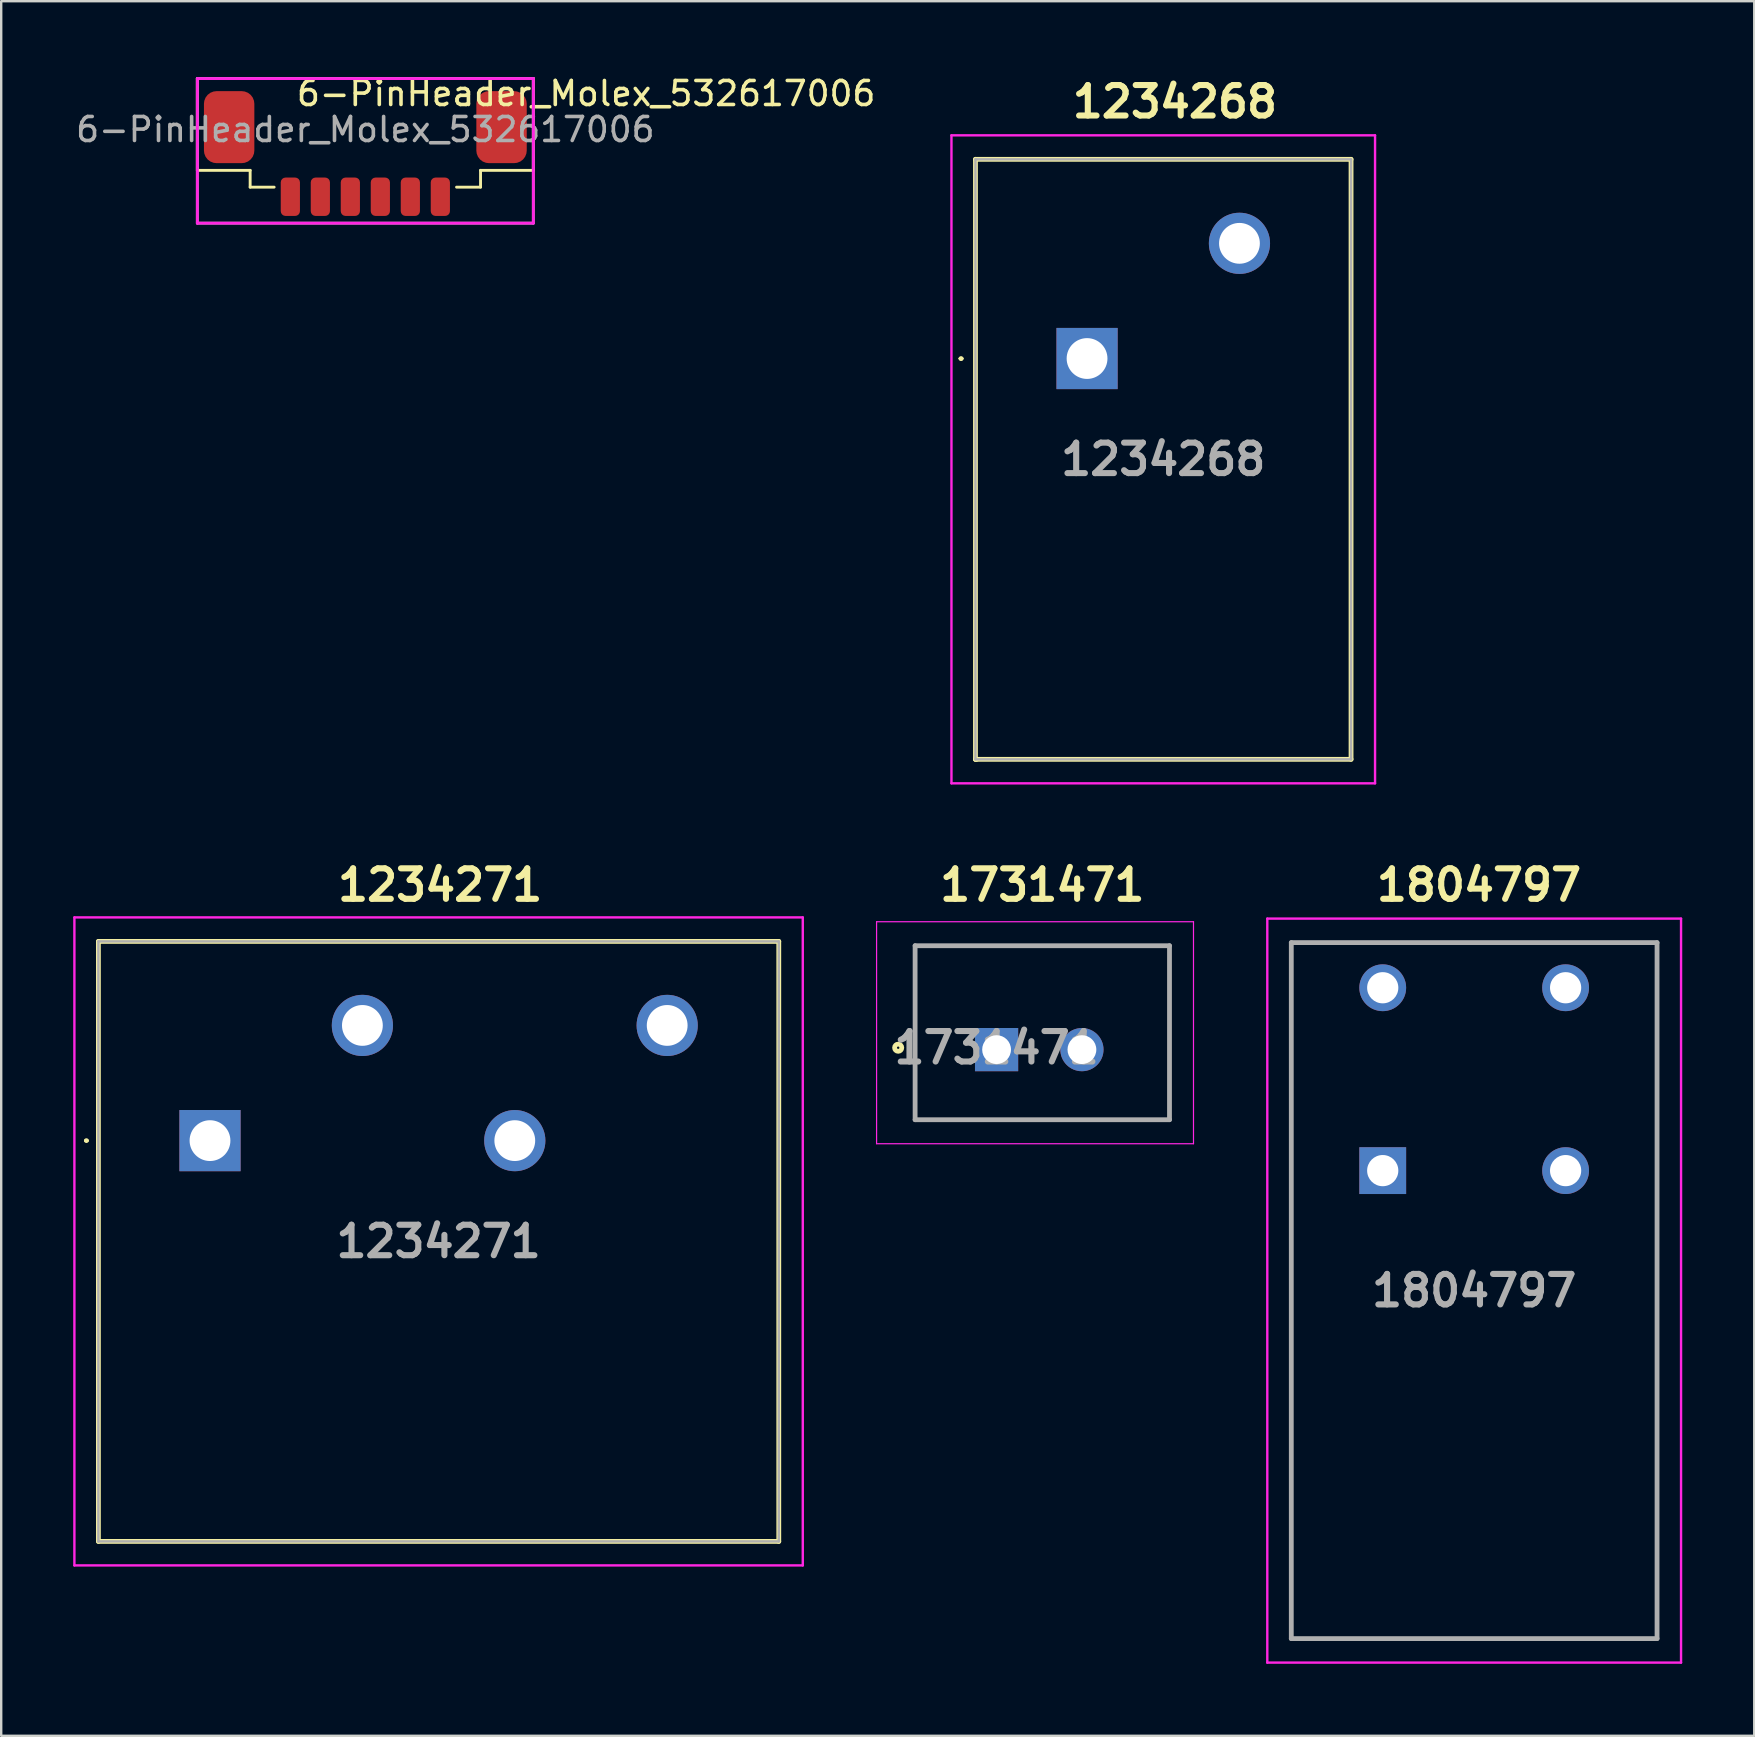
<source format=kicad_pcb>
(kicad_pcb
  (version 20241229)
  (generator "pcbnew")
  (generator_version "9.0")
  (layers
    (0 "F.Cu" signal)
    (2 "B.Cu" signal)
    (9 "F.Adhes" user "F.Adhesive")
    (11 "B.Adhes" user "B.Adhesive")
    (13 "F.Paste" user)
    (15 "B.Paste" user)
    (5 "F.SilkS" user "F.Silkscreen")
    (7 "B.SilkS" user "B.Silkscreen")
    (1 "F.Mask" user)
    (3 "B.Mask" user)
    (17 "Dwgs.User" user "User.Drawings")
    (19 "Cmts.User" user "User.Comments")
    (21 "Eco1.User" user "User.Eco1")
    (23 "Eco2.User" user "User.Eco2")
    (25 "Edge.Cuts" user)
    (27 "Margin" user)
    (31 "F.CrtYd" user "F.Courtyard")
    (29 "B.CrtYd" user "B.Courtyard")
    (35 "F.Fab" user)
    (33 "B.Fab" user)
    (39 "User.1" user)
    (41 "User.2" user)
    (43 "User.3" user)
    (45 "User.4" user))
  (footprint "6-PinHeader_Molex_532617006"
    (layer "F.Cu")
    (at 12.173 5.148)
    (property "Reference" "6-PinHeader_Molex_532617006" (at 9.2 -4.3 0) (layer "F.SilkS") (effects (font (size 1 1) (thickness 0.15))))
    (attr smd)
    (fp_line (start -7 -4.925) (end -7 -1.1) (stroke (width 0.12) (type solid)) (layer "F.SilkS"))
    (fp_line (start -7 -4.925) (end 7 -4.925) (stroke (width 0.12) (type solid)) (layer "F.SilkS"))
    (fp_line (start -7 -1.1) (end -4.8 -1.1) (stroke (width 0.12) (type solid)) (layer "F.SilkS"))
    (fp_line (start -4.8 -1.1) (end -4.8 -0.4) (stroke (width 0.12) (type solid)) (layer "F.SilkS"))
    (fp_line (start -4.8 -0.4) (end -3.8 -0.4) (stroke (width 0.12) (type solid)) (layer "F.SilkS"))
    (fp_line (start 3.8 -0.4) (end 4.8 -0.4) (stroke (width 0.12) (type solid)) (layer "F.SilkS"))
    (fp_line (start 4.8 -0.4) (end 4.8 -1.1) (stroke (width 0.12) (type solid)) (layer "F.SilkS"))
    (fp_line (start 7 -4.925) (end 7 -1.1) (stroke (width 0.12) (type solid)) (layer "F.SilkS"))
    (fp_line (start 7 -1.1) (end 4.8 -1.1) (stroke (width 0.12) (type solid)) (layer "F.SilkS"))
    (fp_line (start -7 -4.925) (end 7 -4.925) (stroke (width 0.12) (type solid)) (layer "F.CrtYd"))
    (fp_line (start -7 1.1) (end -7 -4.925) (stroke (width 0.12) (type solid)) (layer "F.CrtYd"))
    (fp_line (start 7 -4.925) (end 7 1.1) (stroke (width 0.12) (type solid)) (layer "F.CrtYd"))
    (fp_line (start 7 1.1) (end -7 1.1) (stroke (width 0.12) (type solid)) (layer "F.CrtYd"))
    (fp_line (start -7 -4.925) (end 7 -4.925) (stroke (width 0.12) (type solid)) (layer "F.Fab"))
    (fp_line (start -7 1.1) (end -7 -4.925) (stroke (width 0.12) (type solid)) (layer "F.Fab"))
    (fp_line (start 7 -4.925) (end 7 1.1) (stroke (width 0.12) (type solid)) (layer "F.Fab"))
    (fp_line (start 7 1.1) (end -7 1.1) (stroke (width 0.12) (type solid)) (layer "F.Fab"))
    (fp_text user "${REFERENCE}" (at 0 -2.8 0) (layer "F.Fab") (effects (font (size 1 1) (thickness 0.15))))
    (pad "" smd roundrect (at -5.675 -2.9) (size 2.1 3) (layers "F.Cu" "F.Mask" "F.Paste") (roundrect_rratio 0.25))
    (pad "" smd roundrect (at 5.675 -2.9) (size 2.1 3) (layers "F.Cu" "F.Mask" "F.Paste") (roundrect_rratio 0.25))
    (pad "1" smd roundrect (at 3.125 0) (size 0.8 1.6) (layers "F.Cu" "F.Mask" "F.Paste") (roundrect_rratio 0.25))
    (pad "2" smd roundrect (at 1.875 0) (size 0.8 1.6) (layers "F.Cu" "F.Mask" "F.Paste") (roundrect_rratio 0.25))
    (pad "3" smd roundrect (at 0.625 0) (size 0.8 1.6) (layers "F.Cu" "F.Mask" "F.Paste") (roundrect_rratio 0.25))
    (pad "4" smd roundrect (at -0.625 0) (size 0.8 1.6) (layers "F.Cu" "F.Mask" "F.Paste") (roundrect_rratio 0.25))
    (pad "5" smd roundrect (at -1.875 0) (size 0.8 1.6) (layers "F.Cu" "F.Mask" "F.Paste") (roundrect_rratio 0.25))
    (pad "6" smd roundrect (at -3.125 0) (size 0.8 1.6) (layers "F.Cu" "F.Mask" "F.Paste") (roundrect_rratio 0.25)))
  (footprint "1234268"
    (layer "F.Cu")
    (at 45.875 15.819)
    (property "Reference" "1234268" (at 0.03 -14.63 0) (layer "F.SilkS") (effects (font (size 1.27 1.27) (thickness 0.254))))
    (attr through_hole)
    (fp_line (start -8.93 -3.93) (end -8.93 -3.93) (stroke (width 0.1) (type solid)) (layer "F.SilkS"))
    (fp_line (start -8.93 -3.93) (end -8.93 -3.93) (stroke (width 0.1) (type solid)) (layer "F.SilkS"))
    (fp_line (start -8.83 -3.93) (end -8.83 -3.93) (stroke (width 0.1) (type solid)) (layer "F.SilkS"))
    (fp_line (start -8.28 -12.23) (end 7.37 -12.23) (stroke (width 0.2) (type solid)) (layer "F.SilkS"))
    (fp_line (start -8.28 12.77) (end -8.28 -12.23) (stroke (width 0.2) (type solid)) (layer "F.SilkS"))
    (fp_line (start -8.28 12.77) (end -8.23 12.77) (stroke (width 0.2) (type solid)) (layer "F.SilkS"))
    (fp_line (start 7.37 -12.23) (end 7.37 12.77) (stroke (width 0.2) (type solid)) (layer "F.SilkS"))
    (fp_line (start 7.37 12.77) (end -8.28 12.77) (stroke (width 0.2) (type solid)) (layer "F.SilkS"))
    (fp_arc (start -8.93 -3.93) (mid -8.88 -3.98) (end -8.83 -3.93) (stroke (width 0.1) (type solid)) (layer "F.SilkS"))
    (fp_arc (start -8.83 -3.93) (mid -8.88 -3.88) (end -8.93 -3.93) (stroke (width 0.1) (type solid)) (layer "F.SilkS"))
    (fp_arc (start -8.83 -3.93) (mid -8.88 -3.88) (end -8.93 -3.93) (stroke (width 0.1) (type solid)) (layer "F.SilkS"))
    (fp_line (start -9.28 -13.23) (end 8.37 -13.23) (stroke (width 0.1) (type solid)) (layer "F.CrtYd"))
    (fp_line (start -9.28 13.77) (end -9.28 -13.23) (stroke (width 0.1) (type solid)) (layer "F.CrtYd"))
    (fp_line (start 8.37 -13.23) (end 8.37 13.77) (stroke (width 0.1) (type solid)) (layer "F.CrtYd"))
    (fp_line (start 8.37 13.77) (end -9.28 13.77) (stroke (width 0.1) (type solid)) (layer "F.CrtYd"))
    (fp_line (start -8.28 -12.23) (end -8.28 12.77) (stroke (width 0.1) (type solid)) (layer "F.Fab"))
    (fp_line (start -8.28 12.77) (end 7.37 12.77) (stroke (width 0.1) (type solid)) (layer "F.Fab"))
    (fp_line (start 7.37 -12.23) (end -8.28 -12.23) (stroke (width 0.1) (type solid)) (layer "F.Fab"))
    (fp_line (start 7.37 12.77) (end 7.37 -12.23) (stroke (width 0.1) (type solid)) (layer "F.Fab"))
    (fp_text user "${REFERENCE}" (at -0.455 0.27 0) (layer "F.Fab") (effects (font (size 1.27 1.27) (thickness 0.254))))
    (pad "1" thru_hole rect (at -3.63 -3.93) (size 2.55 2.55) (drill 1.7) (layers "*.Cu" "*.Mask"))
    (pad "2" thru_hole circle (at 2.72 -8.73) (size 2.55 2.55) (drill 1.7) (layers "*.Cu" "*.Mask")))
  (footprint "1731471"
    (layer "F.Cu")
    (at 40.38 40.05)
    (property "Reference" "1731471" (at 0 -6.223 0) (layer "F.SilkS") (effects (font (size 1.27 1.27) (thickness 0.254))))
    (attr through_hole)
    (fp_line (start -5.3 -3.694) (end 5.3 -3.694) (stroke (width 0.1) (type solid)) (layer "F.SilkS"))
    (fp_line (start 5.3 3.556) (end -5.3 3.556) (stroke (width 0.1) (type solid)) (layer "F.SilkS"))
    (fp_circle (center -6.005 0.556) (end -6.005 0.606) (stroke (width 0.2) (type solid)) (fill no) (layer "F.SilkS"))
    (fp_line (start -6.905 -4.694) (end 6.3 -4.694) (stroke (width 0.05) (type solid)) (layer "F.CrtYd"))
    (fp_line (start -6.905 4.556) (end -6.905 -4.694) (stroke (width 0.05) (type solid)) (layer "F.CrtYd"))
    (fp_line (start 6.3 -4.694) (end 6.3 4.556) (stroke (width 0.05) (type solid)) (layer "F.CrtYd"))
    (fp_line (start 6.3 4.556) (end -6.905 4.556) (stroke (width 0.05) (type solid)) (layer "F.CrtYd"))
    (fp_line (start -5.3 -3.694) (end 5.3 -3.694) (stroke (width 0.2) (type solid)) (layer "F.Fab"))
    (fp_line (start -5.3 3.556) (end -5.3 -3.694) (stroke (width 0.2) (type solid)) (layer "F.Fab"))
    (fp_line (start 5.3 -3.694) (end 5.3 3.556) (stroke (width 0.2) (type solid)) (layer "F.Fab"))
    (fp_line (start 5.3 3.556) (end -5.3 3.556) (stroke (width 0.2) (type solid)) (layer "F.Fab"))
    (fp_text user "${REFERENCE}" (at -1.905 0.556 0) (layer "F.Fab") (effects (font (size 1.27 1.27) (thickness 0.254))))
    (pad "1" thru_hole rect (at -1.905 0.635) (size 1.8 1.8) (drill 1.2) (layers "*.Cu" "*.Mask"))
    (pad "2" thru_hole circle (at 1.651 0.635) (size 1.8 1.8) (drill 1.2) (layers "*.Cu" "*.Mask")))
  (footprint "1804797"
    (layer "F.Cu")
    (at 58.625 50.287)
    (property "Reference" "1804797" (at -0.05 -16.46 0) (layer "F.SilkS") (effects (font (size 1.27 1.27) (thickness 0.254))))
    (attr through_hole)
    (fp_line (start -7.87 -14.06) (end 7.37 -14.06) (stroke (width 0.1) (type solid)) (layer "F.SilkS"))
    (fp_line (start -7.87 14.94) (end -7.87 -14.06) (stroke (width 0.1) (type solid)) (layer "F.SilkS"))
    (fp_line (start 7.37 -14.06) (end 7.37 14.94) (stroke (width 0.1) (type solid)) (layer "F.SilkS"))
    (fp_line (start 7.37 14.94) (end -7.87 14.94) (stroke (width 0.1) (type solid)) (layer "F.SilkS"))
    (fp_line (start -8.87 -15.06) (end 8.37 -15.06) (stroke (width 0.1) (type solid)) (layer "F.CrtYd"))
    (fp_line (start -8.87 15.94) (end -8.87 -15.06) (stroke (width 0.1) (type solid)) (layer "F.CrtYd"))
    (fp_line (start 8.37 -15.06) (end 8.37 15.94) (stroke (width 0.1) (type solid)) (layer "F.CrtYd"))
    (fp_line (start 8.37 15.94) (end -8.87 15.94) (stroke (width 0.1) (type solid)) (layer "F.CrtYd"))
    (fp_line (start -7.87 -14.06) (end 7.37 -14.06) (stroke (width 0.2) (type solid)) (layer "F.Fab"))
    (fp_line (start -7.87 14.94) (end -7.87 -14.06) (stroke (width 0.2) (type solid)) (layer "F.Fab"))
    (fp_line (start 7.37 -14.06) (end 7.37 14.94) (stroke (width 0.2) (type solid)) (layer "F.Fab"))
    (fp_line (start 7.37 14.94) (end -7.87 14.94) (stroke (width 0.2) (type solid)) (layer "F.Fab"))
    (fp_text user "${REFERENCE}" (at -0.25 0.44 0) (layer "F.Fab") (effects (font (size 1.27 1.27) (thickness 0.254))))
    (pad "1" thru_hole circle (at -4.06 -12.18) (size 1.95 1.95) (drill 1.3) (layers "*.Cu" "*.Mask"))
    (pad "1" thru_hole rect (at -4.06 -4.56) (size 1.95 1.95) (drill 1.3) (layers "*.Cu" "*.Mask"))
    (pad "2" thru_hole circle (at 3.56 -12.18) (size 1.95 1.95) (drill 1.3) (layers "*.Cu" "*.Mask"))
    (pad "2" thru_hole circle (at 3.56 -4.56) (size 1.95 1.95) (drill 1.3) (layers "*.Cu" "*.Mask")))
  (footprint "1234271"
    (layer "F.Cu")
    (at 15.32 48.597)
    (property "Reference" "1234271" (at -0.03 -14.77 0) (layer "F.SilkS") (effects (font (size 1.27 1.27) (thickness 0.254))))
    (attr through_hole)
    (fp_line (start -14.82 -4.12) (end -14.82 -4.12) (stroke (width 0.1) (type solid)) (layer "F.SilkS"))
    (fp_line (start -14.72 -4.12) (end -14.72 -4.12) (stroke (width 0.1) (type solid)) (layer "F.SilkS"))
    (fp_line (start -14.27 -12.42) (end 14.08 -12.42) (stroke (width 0.2) (type solid)) (layer "F.SilkS"))
    (fp_line (start -14.27 12.58) (end -14.27 -12.42) (stroke (width 0.2) (type solid)) (layer "F.SilkS"))
    (fp_line (start 14.08 -12.42) (end 14.08 12.58) (stroke (width 0.2) (type solid)) (layer "F.SilkS"))
    (fp_line (start 14.08 12.58) (end -14.27 12.58) (stroke (width 0.2) (type solid)) (layer "F.SilkS"))
    (fp_arc (start -14.82 -4.12) (mid -14.77 -4.17) (end -14.72 -4.12) (stroke (width 0.1) (type solid)) (layer "F.SilkS"))
    (fp_arc (start -14.72 -4.12) (mid -14.77 -4.07) (end -14.82 -4.12) (stroke (width 0.1) (type solid)) (layer "F.SilkS"))
    (fp_line (start -15.27 -13.42) (end 15.08 -13.42) (stroke (width 0.1) (type solid)) (layer "F.CrtYd"))
    (fp_line (start -15.27 13.58) (end -15.27 -13.42) (stroke (width 0.1) (type solid)) (layer "F.CrtYd"))
    (fp_line (start 15.08 -13.42) (end 15.08 13.58) (stroke (width 0.1) (type solid)) (layer "F.CrtYd"))
    (fp_line (start 15.08 13.58) (end -15.27 13.58) (stroke (width 0.1) (type solid)) (layer "F.CrtYd"))
    (fp_line (start -14.27 -12.42) (end -14.27 12.58) (stroke (width 0.1) (type solid)) (layer "F.Fab"))
    (fp_line (start -14.27 12.58) (end 14.08 12.58) (stroke (width 0.1) (type solid)) (layer "F.Fab"))
    (fp_line (start 14.08 -12.42) (end -14.27 -12.42) (stroke (width 0.1) (type solid)) (layer "F.Fab"))
    (fp_line (start 14.08 12.58) (end 14.08 -12.42) (stroke (width 0.1) (type solid)) (layer "F.Fab"))
    (fp_text user "${REFERENCE}" (at -0.095 0.08 0) (layer "F.Fab") (effects (font (size 1.27 1.27) (thickness 0.254))))
    (pad "1" thru_hole rect (at -9.62 -4.12) (size 2.55 2.55) (drill 1.7) (layers "*.Cu" "*.Mask"))
    (pad "2" thru_hole circle (at -3.27 -8.92) (size 2.55 2.55) (drill 1.7) (layers "*.Cu" "*.Mask"))
    (pad "3" thru_hole circle (at 3.08 -4.12) (size 2.55 2.55) (drill 1.7) (layers "*.Cu" "*.Mask"))
    (pad "4" thru_hole circle (at 9.43 -8.92) (size 2.55 2.55) (drill 1.7) (layers "*.Cu" "*.Mask")))
  (gr_rect
    (start -3 -3)
    (end 70.045 69.277)
    (stroke (width 0.1) (type default))
    (fill no)
    (layer "Edge.Cuts")))
</source>
